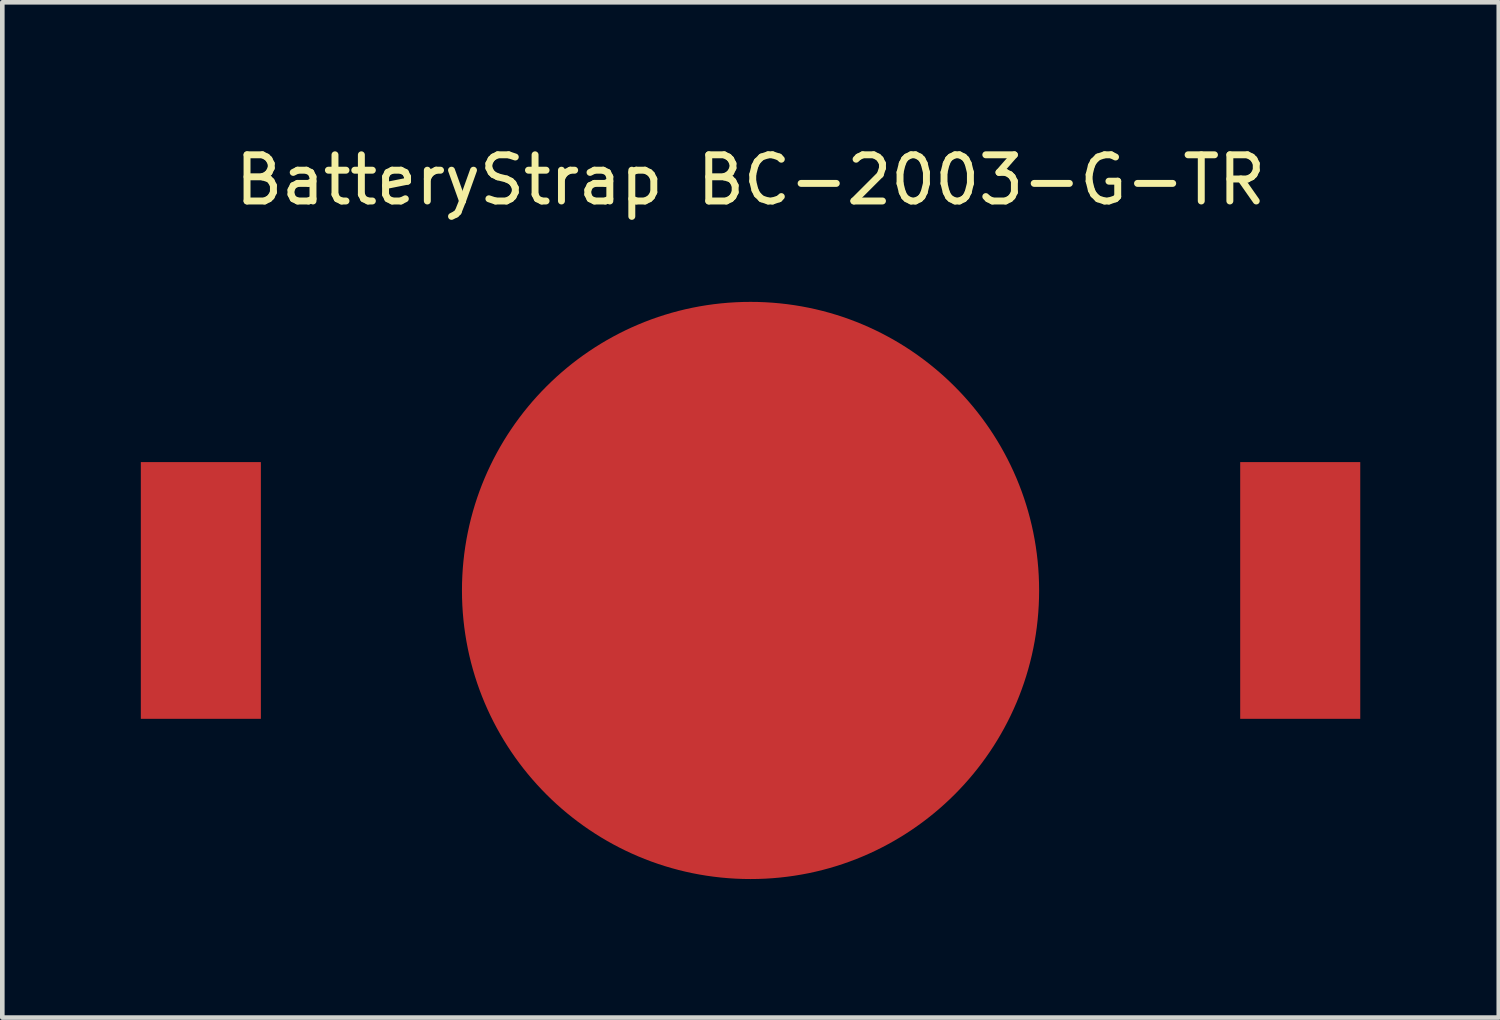
<source format=kicad_pcb>
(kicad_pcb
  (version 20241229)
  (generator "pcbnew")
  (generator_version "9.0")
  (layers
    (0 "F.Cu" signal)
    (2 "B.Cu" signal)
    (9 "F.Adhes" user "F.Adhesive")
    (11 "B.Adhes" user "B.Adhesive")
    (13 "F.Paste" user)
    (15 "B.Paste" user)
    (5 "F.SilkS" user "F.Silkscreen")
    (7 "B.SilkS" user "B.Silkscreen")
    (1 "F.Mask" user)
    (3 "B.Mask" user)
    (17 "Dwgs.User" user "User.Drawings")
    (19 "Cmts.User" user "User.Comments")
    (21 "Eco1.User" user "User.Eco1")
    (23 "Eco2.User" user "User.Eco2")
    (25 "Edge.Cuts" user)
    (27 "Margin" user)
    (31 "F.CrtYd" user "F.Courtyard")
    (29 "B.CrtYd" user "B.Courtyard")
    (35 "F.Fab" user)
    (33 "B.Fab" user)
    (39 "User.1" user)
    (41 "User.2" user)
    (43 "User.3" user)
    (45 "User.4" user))
  (footprint "BatteryStrap BC-2003-G-TR"
    (layer "F.Cu")
    (at 13.205 9.738)
    (property "Reference" "BatteryStrap BC-2003-G-TR" (at 0 -8.89 0) (layer "F.SilkS") (effects (font (size 1 1) (thickness 0.15))))
    (attr through_hole)
    (pad "1" smd rect (at -11.905 0) (size 2.6 5.56) (layers "F.Cu" "F.Mask" "F.Paste"))
    (pad "1" smd rect (at 11.905 0) (size 2.6 5.56) (layers "F.Cu" "F.Mask" "F.Paste"))
    (pad "2" smd circle (at 0 0) (size 12.5 12.5) (layers "F.Cu" "F.Mask" "F.Paste")))
  (gr_rect
    (start -3 -3)
    (end 29.41 18.988)
    (stroke (width 0.1) (type default))
    (fill no)
    (layer "Edge.Cuts")))
</source>
